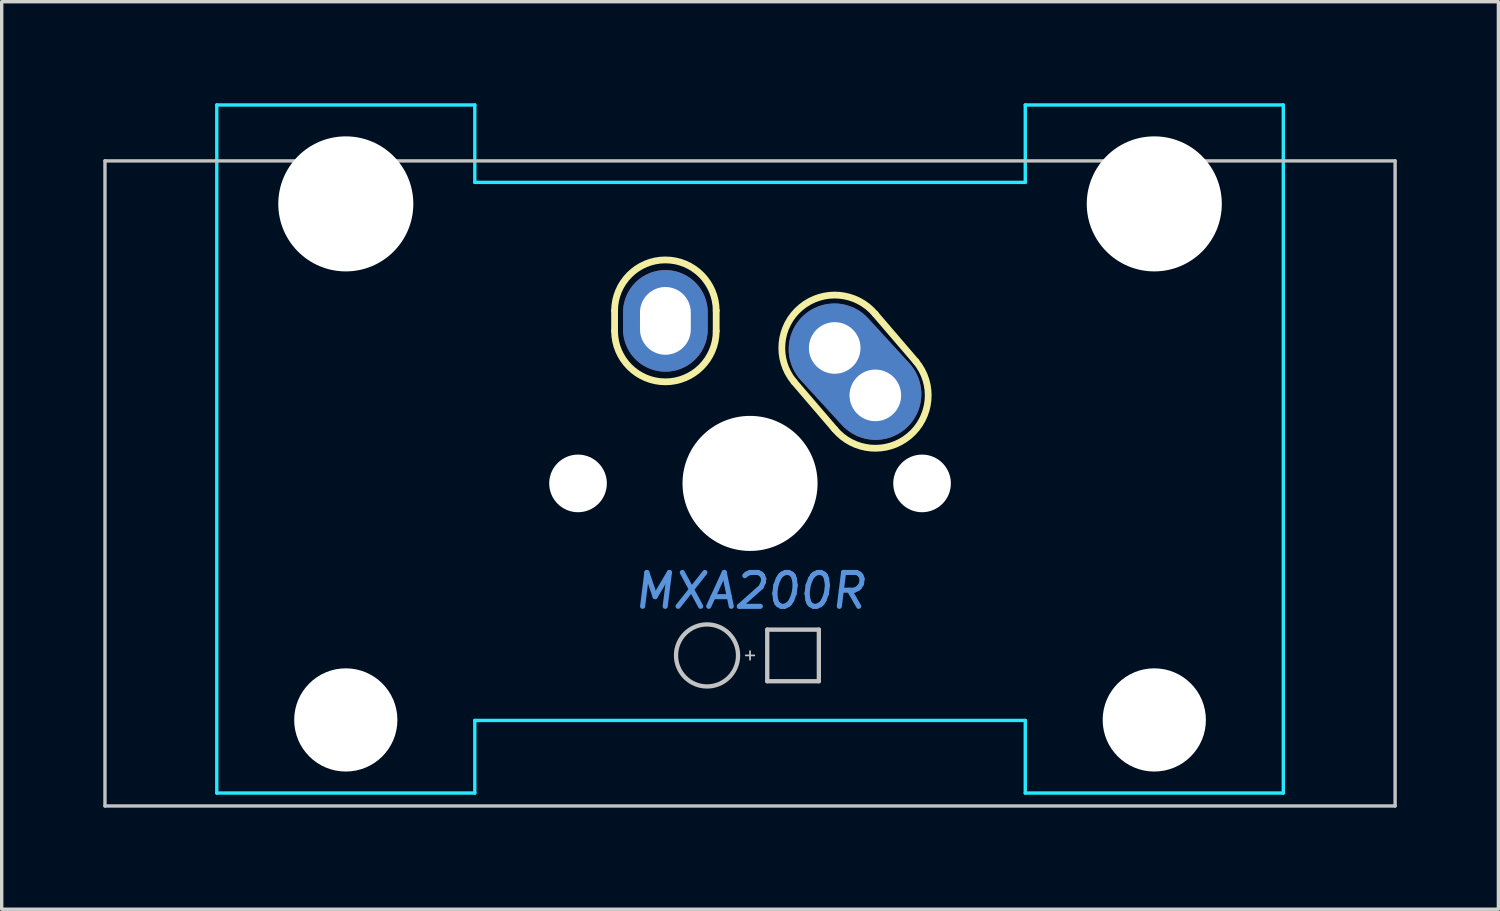
<source format=kicad_pcb>
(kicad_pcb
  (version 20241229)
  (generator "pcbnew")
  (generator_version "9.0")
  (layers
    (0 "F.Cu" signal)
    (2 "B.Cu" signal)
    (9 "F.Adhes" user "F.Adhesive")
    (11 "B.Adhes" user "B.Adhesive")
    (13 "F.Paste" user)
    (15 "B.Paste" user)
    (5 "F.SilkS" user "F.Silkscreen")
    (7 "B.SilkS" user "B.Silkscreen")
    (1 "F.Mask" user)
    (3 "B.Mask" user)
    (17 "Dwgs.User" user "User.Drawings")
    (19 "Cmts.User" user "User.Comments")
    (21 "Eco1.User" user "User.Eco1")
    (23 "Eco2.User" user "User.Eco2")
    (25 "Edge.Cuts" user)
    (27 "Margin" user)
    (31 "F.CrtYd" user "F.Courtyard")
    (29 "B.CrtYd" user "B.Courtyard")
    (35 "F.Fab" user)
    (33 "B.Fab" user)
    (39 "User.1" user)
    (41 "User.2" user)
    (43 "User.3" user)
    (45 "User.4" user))
  (footprint "MXA200R"
    (layer "F.Cu")
    (at 19.1 11.226)
    (property "Reference" "MXA200R" (at 0 3.175 0) (layer "Cmts.User") (effects (font (size 1 1) (thickness 0.15) (italic yes))))
    (attr through_hole)
    (fp_line (start -4 -4.5) (end -4 -5.1) (stroke (width 0.2) (type solid)) (layer "F.SilkS"))
    (fp_line (start -1 -4.5) (end -1 -5.1) (stroke (width 0.2) (type solid)) (layer "F.SilkS"))
    (fp_line (start 1.3 -3) (end 2.5 -1.6) (stroke (width 0.2) (type solid)) (layer "F.SilkS"))
    (fp_line (start 3.7 -5) (end 4.9 -3.6) (stroke (width 0.2) (type solid)) (layer "F.SilkS"))
    (fp_arc (start -4 -5.1) (mid -2.5 -6.6) (end -1 -5.1) (stroke (width 0.2) (type solid)) (layer "F.SilkS"))
    (fp_arc (start -1 -4.5) (mid -2.5 -3) (end -4 -4.5) (stroke (width 0.2) (type solid)) (layer "F.SilkS"))
    (fp_arc (start 1.3 -3) (mid 1.5 -5.2) (end 3.7 -5) (stroke (width 0.2) (type solid)) (layer "F.SilkS"))
    (fp_arc (start 4.9 -3.6) (mid 4.7 -1.4) (end 2.5 -1.6) (stroke (width 0.2) (type solid)) (layer "F.SilkS"))
    (fp_line (start -19.05 -9.525) (end -19.05 9.525) (stroke (width 0.1) (type solid)) (layer "Dwgs.User"))
    (fp_line (start -19.05 -9.525) (end 19.05 -9.525) (stroke (width 0.1) (type solid)) (layer "Dwgs.User"))
    (fp_line (start -19.05 9.525) (end 19.05 9.525) (stroke (width 0.1) (type solid)) (layer "Dwgs.User"))
    (fp_line (start -0.127 5.08) (end 0.127 5.08) (stroke (width 0.051) (type solid)) (layer "Dwgs.User"))
    (fp_line (start 0 4.953) (end 0 5.207) (stroke (width 0.051) (type solid)) (layer "Dwgs.User"))
    (fp_line (start 0.508 4.318) (end 0.508 5.842) (stroke (width 0.127) (type solid)) (layer "Dwgs.User"))
    (fp_line (start 0.508 4.318) (end 2.032 4.318) (stroke (width 0.127) (type solid)) (layer "Dwgs.User"))
    (fp_line (start 0.508 5.842) (end 2.032 5.842) (stroke (width 0.127) (type solid)) (layer "Dwgs.User"))
    (fp_line (start 2.032 5.842) (end 2.032 4.318) (stroke (width 0.127) (type solid)) (layer "Dwgs.User"))
    (fp_line (start 19.05 -9.525) (end 19.05 9.525) (stroke (width 0.1) (type solid)) (layer "Dwgs.User"))
    (fp_circle (center -1.27 5.08) (end -0.354 5.08) (stroke (width 0.127) (type solid)) (fill no) (layer "Dwgs.User"))
    (fp_line (start -15.748 9.144) (end -15.748 -11.176) (stroke (width 0.1) (type solid)) (layer "B.CrtYd"))
    (fp_line (start -8.128 -11.176) (end -15.748 -11.176) (stroke (width 0.1) (type solid)) (layer "B.CrtYd"))
    (fp_line (start -8.128 -8.89) (end -8.128 -11.176) (stroke (width 0.1) (type solid)) (layer "B.CrtYd"))
    (fp_line (start -8.128 7) (end -8.128 9.144) (stroke (width 0.1) (type solid)) (layer "B.CrtYd"))
    (fp_line (start -8.128 7) (end 8.128 7) (stroke (width 0.1) (type solid)) (layer "B.CrtYd"))
    (fp_line (start -8.128 9.144) (end -15.748 9.144) (stroke (width 0.1) (type solid)) (layer "B.CrtYd"))
    (fp_line (start 8.128 -8.89) (end -8.128 -8.89) (stroke (width 0.1) (type solid)) (layer "B.CrtYd"))
    (fp_line (start 8.128 -8.89) (end 8.128 -11.176) (stroke (width 0.1) (type solid)) (layer "B.CrtYd"))
    (fp_line (start 8.128 7) (end 8.128 9.144) (stroke (width 0.1) (type solid)) (layer "B.CrtYd"))
    (fp_line (start 15.748 -11.176) (end 8.128 -11.176) (stroke (width 0.1) (type solid)) (layer "B.CrtYd"))
    (fp_line (start 15.748 9.144) (end 8.128 9.144) (stroke (width 0.1) (type solid)) (layer "B.CrtYd"))
    (fp_line (start 15.748 9.144) (end 15.748 -11.176) (stroke (width 0.1) (type solid)) (layer "B.CrtYd"))
    (pad "" np_thru_hole circle (at -11.938 -8.255) (size 3.988 3.988) (drill 3.988) (layers "*.Cu" "*.Mask"))
    (pad "" np_thru_hole circle (at -11.938 6.985) (size 3.048 3.048) (drill 3.048) (layers "*.Cu" "*.Mask"))
    (pad "" np_thru_hole circle (at -5.08 0) (size 1.702 1.702) (drill 1.702) (layers "*.Cu" "*.Mask"))
    (pad "" np_thru_hole circle (at 0 0) (size 3.988 3.988) (drill 3.988) (layers "*.Cu" "*.Mask"))
    (pad "" np_thru_hole circle (at 5.08 0) (size 1.702 1.702) (drill 1.702) (layers "*.Cu" "*.Mask"))
    (pad "" np_thru_hole circle (at 11.938 -8.255) (size 3.988 3.988) (drill 3.988) (layers "*.Cu" "*.Mask"))
    (pad "" np_thru_hole circle (at 11.938 6.985) (size 3.048 3.048) (drill 3.048) (layers "*.Cu" "*.Mask"))
    (pad "1" thru_hole oval (at -2.5 -4.8) (size 2.5 3) (drill oval 1.5 2) (layers "*.Cu" "*.Mask"))
    (pad "2" thru_hole circle (at 2.5 -4) (size 2.5 2.5) (drill 1.524) (layers "*.Cu" "*.Mask"))
    (pad "2" smd oval (at 3.1 -3.3 222.5) (size 2.7 4.5) (layers "F.Cu" "F.Mask"))
    (pad "2" smd oval (at 3.1 -3.3 222.5) (size 2.7 4.5) (layers "B.Cu" "B.Mask"))
    (pad "2" thru_hole circle (at 3.7 -2.6) (size 2.5 2.5) (drill 1.524) (layers "*.Cu" "*.Mask")))
  (gr_rect
    (start -3 -3)
    (end 41.2 23.801)
    (stroke (width 0.1) (type default))
    (fill no)
    (layer "Edge.Cuts")))
</source>
